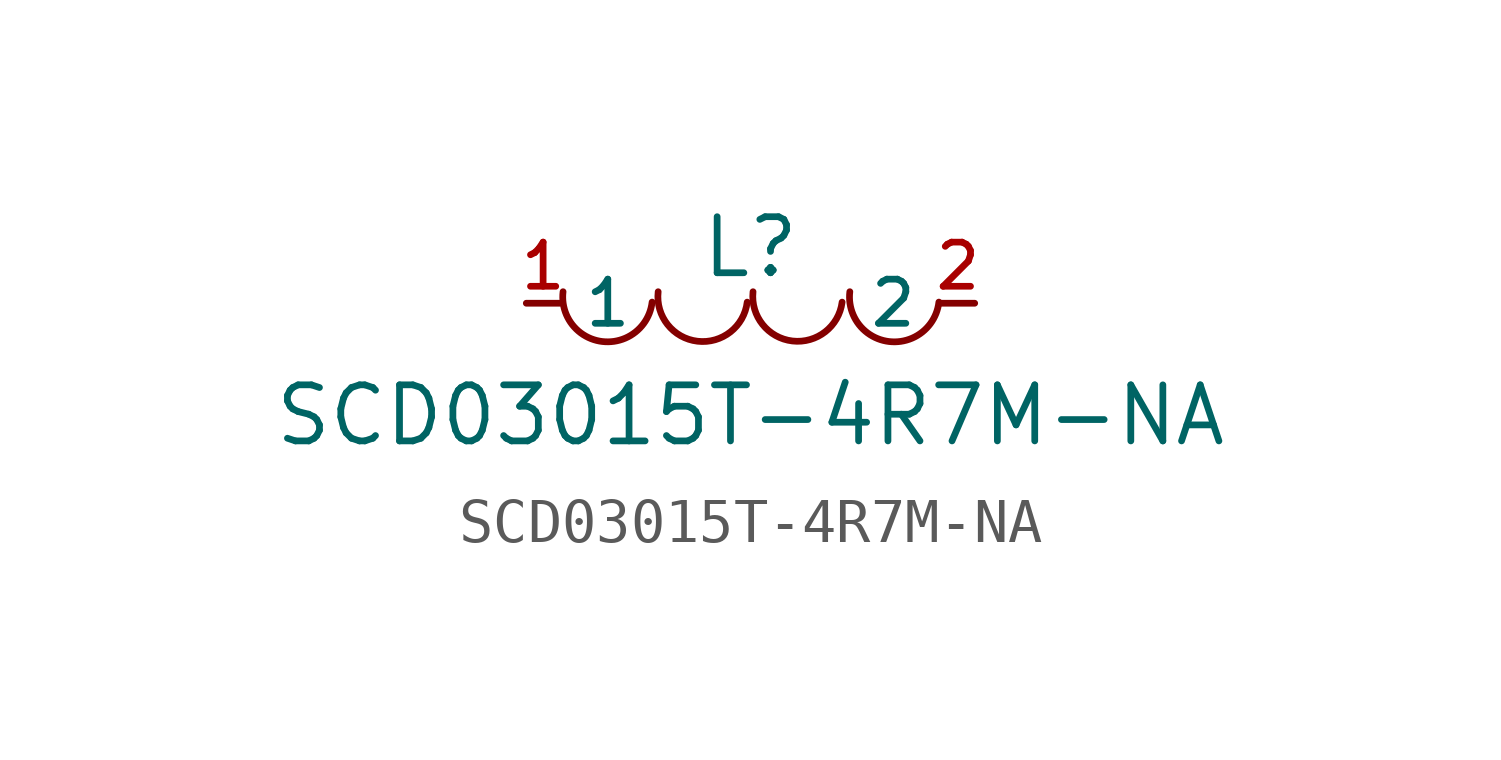
<source format=kicad_sym>
(kicad_symbol_lib
  (version 20231120)
  (generator "kicad_symbol_editor")
  (generator_version "8.0")
  (symbol "SCD03015T-4R7M-NA"
    (property "Reference" "L"
      (at 0 1.27 0)
      (effects (font (size 1.27 1.27))))
    (property "Value" "SCD03015T-4R7M-NA"
      (at 0 -2.54 0)
      (effects (font (size 1.27 1.27))))
    (symbol "SCD03015T-4R7M-NA_0_1"
      (arc (start -4.2478 0.2611) (mid -3.3564 -0.8659) (end -2.2295 0.0256) (stroke (width 0) (type default)) (fill (type none)))
      (arc (start -2.0931 0.2604) (mid -1.2016 -0.8664) (end -0.0748 0.025) (stroke (width 0) (type default)) (fill (type none)))
      (arc (start 0.0575 0.2604) (mid 0.9489 -0.8663) (end 2.0758 0.025) (stroke (width 0) (type default)) (fill (type none)))
      (arc (start 2.2503 0.261) (mid 3.1417 -0.8659) (end 4.2686 0.0255) (stroke (width 0) (type default)) (fill (type none)))
      (pin unspecified line (at -5.08 0 0) (length 0.762) (name "1" (effects (font (size 1 1)))) (number "1" (effects (font (size 1 1)))))
      (pin unspecified line (at 5.08 0 180) (length 0.762) (name "2" (effects (font (size 1 1)))) (number "2" (effects (font (size 1 1))))))))
</source>
